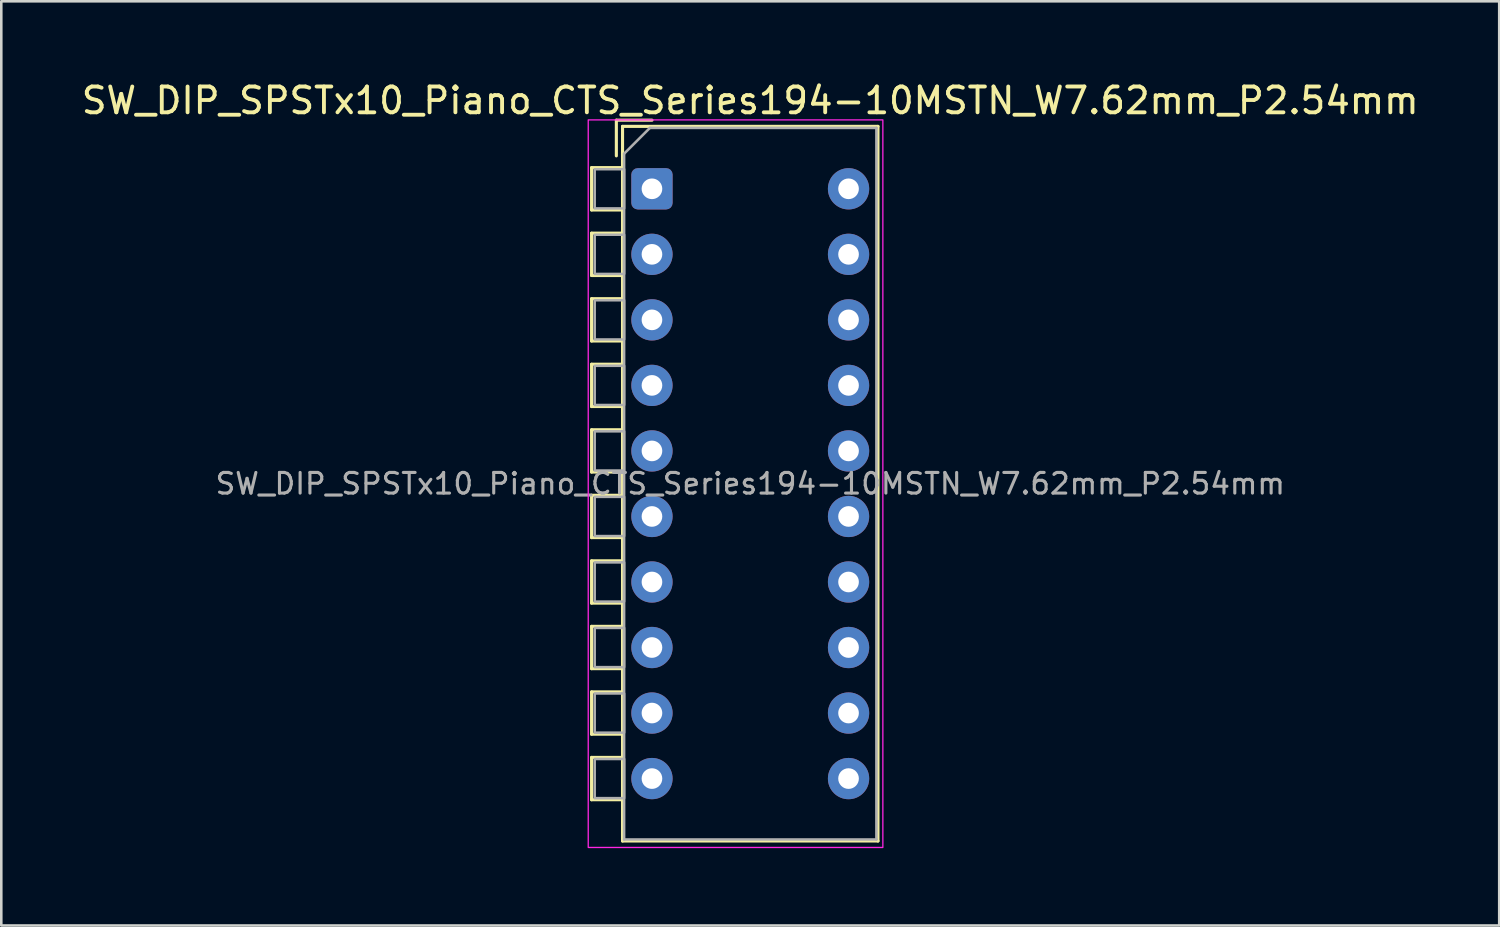
<source format=kicad_pcb>
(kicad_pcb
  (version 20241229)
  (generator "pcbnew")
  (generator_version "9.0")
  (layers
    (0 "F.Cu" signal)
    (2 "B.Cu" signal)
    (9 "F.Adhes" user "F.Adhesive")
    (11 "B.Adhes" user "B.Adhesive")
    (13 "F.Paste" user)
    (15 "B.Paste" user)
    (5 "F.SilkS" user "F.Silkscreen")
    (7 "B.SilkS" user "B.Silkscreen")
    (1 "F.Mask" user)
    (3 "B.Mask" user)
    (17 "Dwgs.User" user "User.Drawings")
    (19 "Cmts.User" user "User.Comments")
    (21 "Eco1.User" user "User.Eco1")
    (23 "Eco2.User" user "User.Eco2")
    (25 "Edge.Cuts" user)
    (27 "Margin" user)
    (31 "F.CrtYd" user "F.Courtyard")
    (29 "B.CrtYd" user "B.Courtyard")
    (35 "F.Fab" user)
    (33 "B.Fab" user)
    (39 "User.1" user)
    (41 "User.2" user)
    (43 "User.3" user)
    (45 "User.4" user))
  (footprint "SW_DIP_SPSTx10_Piano_CTS_Series194-10MSTN_W7.62mm_P2.54mm"
    (layer "F.Cu")
    (at 22.22 4.268)
    (property "Reference" "SW_DIP_SPSTx10_Piano_CTS_Series194-10MSTN_W7.62mm_P2.54mm" (at 3.81 -3.42 0) (layer "F.SilkS") (effects (font (size 1 1) (thickness 0.15))))
    (attr through_hole)
    (fp_line (start -2.34 -0.82) (end -2.34 0.82) (stroke (width 0.12) (type solid)) (layer "F.SilkS"))
    (fp_line (start -2.34 -0.82) (end -1.14 -0.82) (stroke (width 0.12) (type solid)) (layer "F.SilkS"))
    (fp_line (start -2.34 0.82) (end -1.14 0.82) (stroke (width 0.12) (type solid)) (layer "F.SilkS"))
    (fp_line (start -2.34 1.72) (end -2.34 3.36) (stroke (width 0.12) (type solid)) (layer "F.SilkS"))
    (fp_line (start -2.34 1.72) (end -1.14 1.72) (stroke (width 0.12) (type solid)) (layer "F.SilkS"))
    (fp_line (start -2.34 3.36) (end -1.14 3.36) (stroke (width 0.12) (type solid)) (layer "F.SilkS"))
    (fp_line (start -2.34 4.26) (end -2.34 5.9) (stroke (width 0.12) (type solid)) (layer "F.SilkS"))
    (fp_line (start -2.34 4.26) (end -1.14 4.26) (stroke (width 0.12) (type solid)) (layer "F.SilkS"))
    (fp_line (start -2.34 5.9) (end -1.14 5.9) (stroke (width 0.12) (type solid)) (layer "F.SilkS"))
    (fp_line (start -2.34 6.8) (end -2.34 8.44) (stroke (width 0.12) (type solid)) (layer "F.SilkS"))
    (fp_line (start -2.34 6.8) (end -1.14 6.8) (stroke (width 0.12) (type solid)) (layer "F.SilkS"))
    (fp_line (start -2.34 8.44) (end -1.14 8.44) (stroke (width 0.12) (type solid)) (layer "F.SilkS"))
    (fp_line (start -2.34 9.34) (end -2.34 10.98) (stroke (width 0.12) (type solid)) (layer "F.SilkS"))
    (fp_line (start -2.34 9.34) (end -1.14 9.34) (stroke (width 0.12) (type solid)) (layer "F.SilkS"))
    (fp_line (start -2.34 10.98) (end -1.14 10.98) (stroke (width 0.12) (type solid)) (layer "F.SilkS"))
    (fp_line (start -2.34 11.88) (end -2.34 13.52) (stroke (width 0.12) (type solid)) (layer "F.SilkS"))
    (fp_line (start -2.34 11.88) (end -1.14 11.88) (stroke (width 0.12) (type solid)) (layer "F.SilkS"))
    (fp_line (start -2.34 13.52) (end -1.14 13.52) (stroke (width 0.12) (type solid)) (layer "F.SilkS"))
    (fp_line (start -2.34 14.42) (end -2.34 16.06) (stroke (width 0.12) (type solid)) (layer "F.SilkS"))
    (fp_line (start -2.34 14.42) (end -1.14 14.42) (stroke (width 0.12) (type solid)) (layer "F.SilkS"))
    (fp_line (start -2.34 16.06) (end -1.14 16.06) (stroke (width 0.12) (type solid)) (layer "F.SilkS"))
    (fp_line (start -2.34 16.96) (end -2.34 18.6) (stroke (width 0.12) (type solid)) (layer "F.SilkS"))
    (fp_line (start -2.34 16.96) (end -1.14 16.96) (stroke (width 0.12) (type solid)) (layer "F.SilkS"))
    (fp_line (start -2.34 18.6) (end -1.14 18.6) (stroke (width 0.12) (type solid)) (layer "F.SilkS"))
    (fp_line (start -2.34 19.5) (end -2.34 21.14) (stroke (width 0.12) (type solid)) (layer "F.SilkS"))
    (fp_line (start -2.34 19.5) (end -1.14 19.5) (stroke (width 0.12) (type solid)) (layer "F.SilkS"))
    (fp_line (start -2.34 21.14) (end -1.14 21.14) (stroke (width 0.12) (type solid)) (layer "F.SilkS"))
    (fp_line (start -2.34 22.04) (end -2.34 23.68) (stroke (width 0.12) (type solid)) (layer "F.SilkS"))
    (fp_line (start -2.34 22.04) (end -1.14 22.04) (stroke (width 0.12) (type solid)) (layer "F.SilkS"))
    (fp_line (start -2.34 23.68) (end -1.14 23.68) (stroke (width 0.12) (type solid)) (layer "F.SilkS"))
    (fp_line (start -1.38 -2.66) (end -1.38 -1.277) (stroke (width 0.12) (type solid)) (layer "F.SilkS"))
    (fp_line (start -1.38 -2.66) (end 0.003 -2.66) (stroke (width 0.12) (type solid)) (layer "F.SilkS"))
    (fp_line (start -1.14 -2.42) (end -1.14 25.28) (stroke (width 0.12) (type solid)) (layer "F.SilkS"))
    (fp_line (start -1.14 -2.42) (end 8.76 -2.42) (stroke (width 0.12) (type solid)) (layer "F.SilkS"))
    (fp_line (start -1.14 -0.82) (end -1.14 0.82) (stroke (width 0.12) (type solid)) (layer "F.SilkS"))
    (fp_line (start -1.14 1.72) (end -1.14 3.36) (stroke (width 0.12) (type solid)) (layer "F.SilkS"))
    (fp_line (start -1.14 4.26) (end -1.14 5.9) (stroke (width 0.12) (type solid)) (layer "F.SilkS"))
    (fp_line (start -1.14 6.8) (end -1.14 8.44) (stroke (width 0.12) (type solid)) (layer "F.SilkS"))
    (fp_line (start -1.14 9.34) (end -1.14 10.98) (stroke (width 0.12) (type solid)) (layer "F.SilkS"))
    (fp_line (start -1.14 11.88) (end -1.14 13.52) (stroke (width 0.12) (type solid)) (layer "F.SilkS"))
    (fp_line (start -1.14 14.42) (end -1.14 16.06) (stroke (width 0.12) (type solid)) (layer "F.SilkS"))
    (fp_line (start -1.14 16.96) (end -1.14 18.6) (stroke (width 0.12) (type solid)) (layer "F.SilkS"))
    (fp_line (start -1.14 19.5) (end -1.14 21.14) (stroke (width 0.12) (type solid)) (layer "F.SilkS"))
    (fp_line (start -1.14 22.04) (end -1.14 23.68) (stroke (width 0.12) (type solid)) (layer "F.SilkS"))
    (fp_line (start -1.14 25.28) (end 8.76 25.28) (stroke (width 0.12) (type solid)) (layer "F.SilkS"))
    (fp_line (start 8.76 -2.42) (end 8.76 25.28) (stroke (width 0.12) (type solid)) (layer "F.SilkS"))
    (fp_rect (start -2.47 -2.67) (end 8.95 25.53) (stroke (width 0.05) (type solid)) (fill no) (layer "F.CrtYd"))
    (fp_line (start -1.08 -1.36) (end -0.08 -2.36) (stroke (width 0.1) (type solid)) (layer "F.Fab"))
    (fp_line (start -1.08 25.22) (end -1.08 -1.36) (stroke (width 0.1) (type solid)) (layer "F.Fab"))
    (fp_line (start -0.08 -2.36) (end 8.7 -2.36) (stroke (width 0.1) (type solid)) (layer "F.Fab"))
    (fp_line (start 8.7 -2.36) (end 8.7 25.22) (stroke (width 0.1) (type solid)) (layer "F.Fab"))
    (fp_line (start 8.7 25.22) (end -1.08 25.22) (stroke (width 0.1) (type solid)) (layer "F.Fab"))
    (fp_rect (start -1.08 -0.76) (end -2.22 0.76) (stroke (width 0.1) (type solid)) (fill no) (layer "F.Fab"))
    (fp_rect (start -1.08 1.78) (end -2.22 3.3) (stroke (width 0.1) (type solid)) (fill no) (layer "F.Fab"))
    (fp_rect (start -1.08 4.32) (end -2.22 5.84) (stroke (width 0.1) (type solid)) (fill no) (layer "F.Fab"))
    (fp_rect (start -1.08 6.86) (end -2.22 8.38) (stroke (width 0.1) (type solid)) (fill no) (layer "F.Fab"))
    (fp_rect (start -1.08 9.4) (end -2.22 10.92) (stroke (width 0.1) (type solid)) (fill no) (layer "F.Fab"))
    (fp_rect (start -1.08 11.94) (end -2.22 13.46) (stroke (width 0.1) (type solid)) (fill no) (layer "F.Fab"))
    (fp_rect (start -1.08 14.48) (end -2.22 16) (stroke (width 0.1) (type solid)) (fill no) (layer "F.Fab"))
    (fp_rect (start -1.08 17.02) (end -2.22 18.54) (stroke (width 0.1) (type solid)) (fill no) (layer "F.Fab"))
    (fp_rect (start -1.08 19.56) (end -2.22 21.08) (stroke (width 0.1) (type solid)) (fill no) (layer "F.Fab"))
    (fp_rect (start -1.08 22.1) (end -2.22 23.62) (stroke (width 0.1) (type solid)) (fill no) (layer "F.Fab"))
    (fp_text user "${REFERENCE}" (at 3.81 11.43 0) (layer "F.Fab") (effects (font (size 0.8 0.8) (thickness 0.12))))
    (pad "1" thru_hole roundrect (at 0 0) (size 1.6 1.6) (drill 0.8) (layers "*.Cu" "*.Mask") (roundrect_rratio 0.156))
    (pad "2" thru_hole circle (at 0 2.54) (size 1.6 1.6) (drill 0.8) (layers "*.Cu" "*.Mask"))
    (pad "3" thru_hole circle (at 0 5.08) (size 1.6 1.6) (drill 0.8) (layers "*.Cu" "*.Mask"))
    (pad "4" thru_hole circle (at 0 7.62) (size 1.6 1.6) (drill 0.8) (layers "*.Cu" "*.Mask"))
    (pad "5" thru_hole circle (at 0 10.16) (size 1.6 1.6) (drill 0.8) (layers "*.Cu" "*.Mask"))
    (pad "6" thru_hole circle (at 0 12.7) (size 1.6 1.6) (drill 0.8) (layers "*.Cu" "*.Mask"))
    (pad "7" thru_hole circle (at 0 15.24) (size 1.6 1.6) (drill 0.8) (layers "*.Cu" "*.Mask"))
    (pad "8" thru_hole circle (at 0 17.78) (size 1.6 1.6) (drill 0.8) (layers "*.Cu" "*.Mask"))
    (pad "9" thru_hole circle (at 0 20.32) (size 1.6 1.6) (drill 0.8) (layers "*.Cu" "*.Mask"))
    (pad "10" thru_hole circle (at 0 22.86) (size 1.6 1.6) (drill 0.8) (layers "*.Cu" "*.Mask"))
    (pad "11" thru_hole circle (at 7.62 22.86) (size 1.6 1.6) (drill 0.8) (layers "*.Cu" "*.Mask"))
    (pad "12" thru_hole circle (at 7.62 20.32) (size 1.6 1.6) (drill 0.8) (layers "*.Cu" "*.Mask"))
    (pad "13" thru_hole circle (at 7.62 17.78) (size 1.6 1.6) (drill 0.8) (layers "*.Cu" "*.Mask"))
    (pad "14" thru_hole circle (at 7.62 15.24) (size 1.6 1.6) (drill 0.8) (layers "*.Cu" "*.Mask"))
    (pad "15" thru_hole circle (at 7.62 12.7) (size 1.6 1.6) (drill 0.8) (layers "*.Cu" "*.Mask"))
    (pad "16" thru_hole circle (at 7.62 10.16) (size 1.6 1.6) (drill 0.8) (layers "*.Cu" "*.Mask"))
    (pad "17" thru_hole circle (at 7.62 7.62) (size 1.6 1.6) (drill 0.8) (layers "*.Cu" "*.Mask"))
    (pad "18" thru_hole circle (at 7.62 5.08) (size 1.6 1.6) (drill 0.8) (layers "*.Cu" "*.Mask"))
    (pad "19" thru_hole circle (at 7.62 2.54) (size 1.6 1.6) (drill 0.8) (layers "*.Cu" "*.Mask"))
    (pad "20" thru_hole circle (at 7.62 0) (size 1.6 1.6) (drill 0.8) (layers "*.Cu" "*.Mask")))
  (gr_rect
    (start -3 -3)
    (end 55.06 32.823)
    (stroke (width 0.1) (type default))
    (fill no)
    (layer "Edge.Cuts")))
</source>
